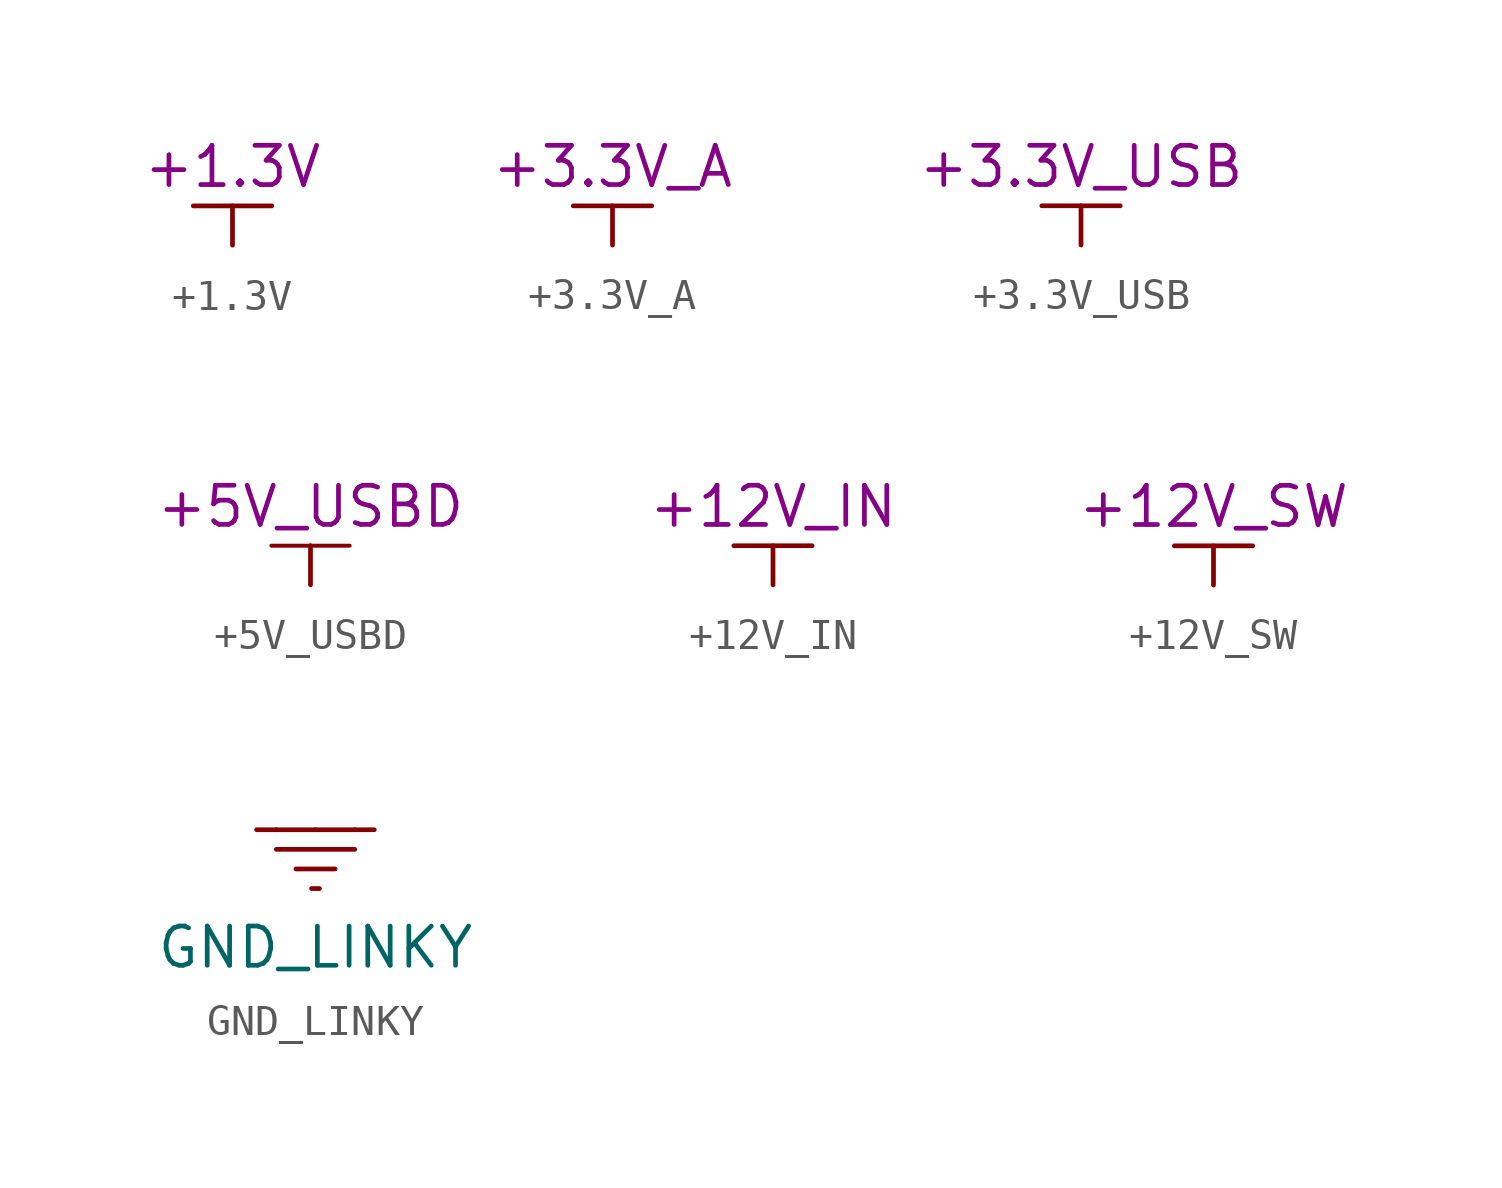
<source format=kicad_sym>
(kicad_symbol_lib
  (version 20211014)
  (generator kicad_symbol_editor)
  (symbol "+1.3V"
    (power)
    (pin_numbers hide)
    (pin_names
      (offset 0) hide)
    (property "Reference" "#PWR"
      (at 5.08 1.27 0)
      (effects (font (size 1.27 1.27)) hide))
    (property "PartValue" "+1.3V"
      (at 0 2.54 0)
      (effects (font (size 1.27 1.27))))
    (symbol "+1.3V_0_1"
      (polyline (pts (xy -1.27 1.27) (xy 1.27 1.27)) (stroke (width 0.152) (type default) (color 0 0 0 0)) (fill (type none))))
    (symbol "+1.3V_1_1"
      (pin power_in line (at 0 0 90) (length 1.27) (name "+1.3V" (effects (font (size 1.27 1.27)))) (number "1" (effects (font (size 1.27 1.27)))))))
  (symbol "+3.3V_A"
    (power)
    (pin_numbers hide)
    (pin_names
      (offset 0) hide)
    (property "Reference" "#PWR"
      (at 5.08 1.27 0)
      (effects (font (size 1.27 1.27)) hide))
    (property "PartValue" "+3.3V_A"
      (at 0 2.54 0)
      (effects (font (size 1.27 1.27))))
    (symbol "+3.3V_A_0_1"
      (polyline (pts (xy -1.27 1.27) (xy 1.27 1.27)) (stroke (width 0.152) (type default) (color 0 0 0 0)) (fill (type none))))
    (symbol "+3.3V_A_1_1"
      (pin power_in line (at 0 0 90) (length 1.27) (name "+3.3V_A" (effects (font (size 1.27 1.27)))) (number "1" (effects (font (size 1.27 1.27)))))))
  (symbol "+3.3V_USB"
    (power)
    (pin_numbers hide)
    (pin_names
      (offset 0) hide)
    (property "Reference" "#PWR"
      (at 5.08 1.27 0)
      (effects (font (size 1.27 1.27)) hide))
    (property "PartValue" "+3.3V_USB"
      (at 0 2.54 0)
      (effects (font (size 1.27 1.27))))
    (symbol "+3.3V_USB_0_1"
      (polyline (pts (xy -1.27 1.27) (xy 1.27 1.27)) (stroke (width 0.152) (type default) (color 0 0 0 0)) (fill (type none))))
    (symbol "+3.3V_USB_1_1"
      (pin power_in line (at 0 0 90) (length 1.27) (name "+3.3V_USB" (effects (font (size 1.27 1.27)))) (number "1" (effects (font (size 1.27 1.27)))))))
  (symbol "+5V_USBD"
    (power)
    (pin_numbers hide)
    (pin_names
      (offset 0) hide)
    (property "Reference" "#PWR"
      (at 5.08 1.27 0)
      (effects (font (size 1.27 1.27)) hide))
    (property "PartValue" "+5V_USBD"
      (at 0 2.54 0)
      (effects (font (size 1.27 1.27))))
    (symbol "+5V_USBD_0_1"
      (polyline (pts (xy -1.27 1.27) (xy 1.27 1.27)) (stroke (width 0.127) (type default) (color 0 0 0 0)) (fill (type none))))
    (symbol "+5V_USBD_1_1"
      (pin power_in line (at 0 0 90) (length 1.27) (name "+5V_USBD" (effects (font (size 1.27 1.27)))) (number "1" (effects (font (size 1.27 1.27)))))))
  (symbol "+12V_IN"
    (power)
    (pin_numbers hide)
    (pin_names
      (offset 0) hide)
    (property "Reference" "#PWR"
      (at 5.08 1.27 0)
      (effects (font (size 1.27 1.27)) hide))
    (property "PartValue" "+12V_IN"
      (at 0 2.54 0)
      (effects (font (size 1.27 1.27))))
    (symbol "+12V_IN_0_1"
      (polyline (pts (xy -1.27 1.27) (xy 1.27 1.27)) (stroke (width 0.152) (type default) (color 0 0 0 0)) (fill (type none))))
    (symbol "+12V_IN_1_1"
      (pin power_in line (at 0 0 90) (length 1.27) (name "+12V_IN" (effects (font (size 1.27 1.27)))) (number "1" (effects (font (size 1.27 1.27)))))))
  (symbol "+12V_SW"
    (power)
    (pin_numbers hide)
    (pin_names
      (offset 0) hide)
    (property "Reference" "#PWR"
      (at 5.08 1.27 0)
      (effects (font (size 1.27 1.27)) hide))
    (property "PartValue" "+12V_SW"
      (at 0 2.54 0)
      (effects (font (size 1.27 1.27))))
    (symbol "+12V_SW_0_1"
      (polyline (pts (xy -1.27 1.27) (xy 1.27 1.27)) (stroke (width 0.152) (type default) (color 0 0 0 0)) (fill (type none))))
    (symbol "+12V_SW_1_1"
      (pin power_in line (at 0 0 90) (length 1.27) (name "+12V_SW" (effects (font (size 1.27 1.27)))) (number "1" (effects (font (size 1.27 1.27)))))))
  (symbol "GND_LINKY"
    (power)
    (pin_numbers hide)
    (pin_names
      (offset 0) hide)
    (property "Reference" "#PWR"
      (at 6.35 2.54 0)
      (effects (font (size 1.27 1.27)) hide))
    (property "Value" "GND_LINKY"
      (at 0 -3.81 0)
      (effects (font (size 1.27 1.27))))
    (symbol "GND_LINKY_0_1"
      (polyline (pts (xy -1.27 -0.635) (xy 1.27 -0.635)) (stroke (width 0.152) (type default) (color 0 0 0 0)) (fill (type none)))
      (polyline (pts (xy -1.27 0) (xy -1.905 0)) (stroke (width 0.152) (type default) (color 0 0 0 0)) (fill (type none)))
      (polyline (pts (xy -0.635 -1.27) (xy 0.635 -1.27)) (stroke (width 0.152) (type default) (color 0 0 0 0)) (fill (type none)))
      (polyline (pts (xy 0.127 -1.905) (xy -0.127 -1.905)) (stroke (width 0.152) (type default) (color 0 0 0 0)) (fill (type none)))
      (polyline (pts (xy 1.27 0) (xy 1.905 0)) (stroke (width 0.152) (type default) (color 0 0 0 0)) (fill (type none)))
      (polyline (pts (xy 0 0) (xy 1.27 0) (xy 0 0) (xy -1.27 0)) (stroke (width 0.152) (type default) (color 0 0 0 0)) (fill (type none))))
    (symbol "GND_LINKY_1_1"
      (pin power_in line (at 0 0 0) (length 0) (name "GND_LINKY" (effects (font (size 1.27 1.27)))) (number "1" (effects (font (size 1.27 1.27))))))))
</source>
